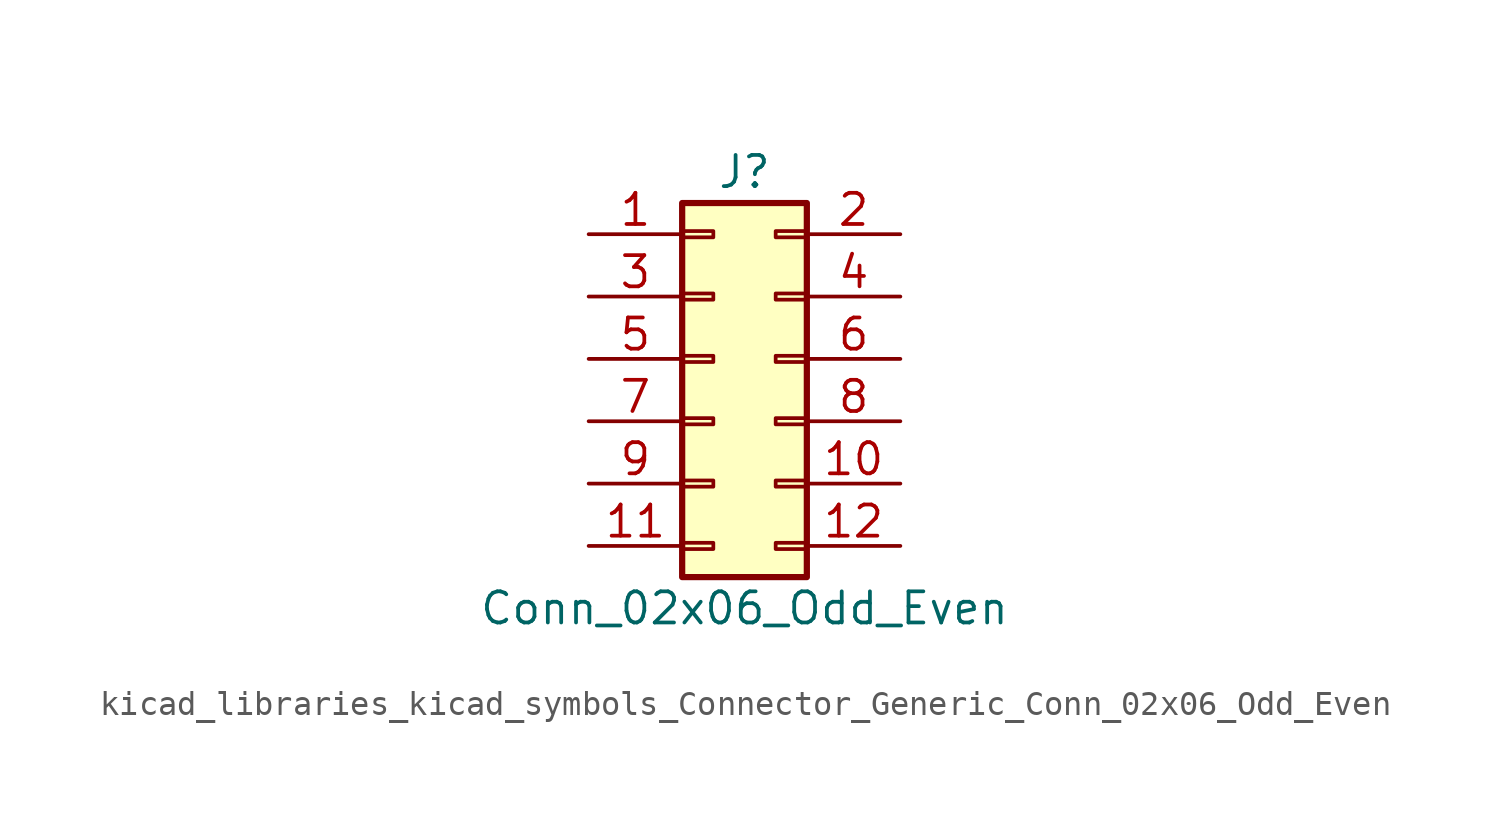
<source format=kicad_sym>
(kicad_symbol_lib
  (version 20220914)
  (generator kicad_symbol_editor)
  (symbol "kicad_libraries_kicad_symbols_Connector_Generic_Conn_02x06_Odd_Even"
    (pin_names
      (offset 1.016) hide)
    (property "Reference" "J"
      (at 1.27 7.62 0)
      (effects (font (size 1.27 1.27))))
    (property "Value" "Conn_02x06_Odd_Even"
      (at 1.27 -10.16 0)
      (effects (font (size 1.27 1.27))))
    (symbol "kicad_libraries_kicad_symbols_Connector_Generic_Conn_02x06_Odd_Even_1_1"
      (rectangle (start -1.27 -7.493) (end 0 -7.747) (stroke (width 0.152) (type default)) (fill (type none)))
      (rectangle (start -1.27 -4.953) (end 0 -5.207) (stroke (width 0.152) (type default)) (fill (type none)))
      (rectangle (start -1.27 -2.413) (end 0 -2.667) (stroke (width 0.152) (type default)) (fill (type none)))
      (rectangle (start -1.27 0.127) (end 0 -0.127) (stroke (width 0.152) (type default)) (fill (type none)))
      (rectangle (start -1.27 2.667) (end 0 2.413) (stroke (width 0.152) (type default)) (fill (type none)))
      (rectangle (start -1.27 5.207) (end 0 4.953) (stroke (width 0.152) (type default)) (fill (type none)))
      (rectangle (start -1.27 6.35) (end 3.81 -8.89) (stroke (width 0.254) (type default)) (fill (type background)))
      (rectangle (start 3.81 -7.493) (end 2.54 -7.747) (stroke (width 0.152) (type default)) (fill (type none)))
      (rectangle (start 3.81 -4.953) (end 2.54 -5.207) (stroke (width 0.152) (type default)) (fill (type none)))
      (rectangle (start 3.81 -2.413) (end 2.54 -2.667) (stroke (width 0.152) (type default)) (fill (type none)))
      (rectangle (start 3.81 0.127) (end 2.54 -0.127) (stroke (width 0.152) (type default)) (fill (type none)))
      (rectangle (start 3.81 2.667) (end 2.54 2.413) (stroke (width 0.152) (type default)) (fill (type none)))
      (rectangle (start 3.81 5.207) (end 2.54 4.953) (stroke (width 0.152) (type default)) (fill (type none)))
      (pin passive line (at -5.08 5.08 0) (length 3.81) (name "Pin_1" (effects (font (size 1.27 1.27)))) (number "1" (effects (font (size 1.27 1.27)))))
      (pin passive line (at 7.62 -5.08 180) (length 3.81) (name "Pin_10" (effects (font (size 1.27 1.27)))) (number "10" (effects (font (size 1.27 1.27)))))
      (pin passive line (at -5.08 -7.62 0) (length 3.81) (name "Pin_11" (effects (font (size 1.27 1.27)))) (number "11" (effects (font (size 1.27 1.27)))))
      (pin passive line (at 7.62 -7.62 180) (length 3.81) (name "Pin_12" (effects (font (size 1.27 1.27)))) (number "12" (effects (font (size 1.27 1.27)))))
      (pin passive line (at 7.62 5.08 180) (length 3.81) (name "Pin_2" (effects (font (size 1.27 1.27)))) (number "2" (effects (font (size 1.27 1.27)))))
      (pin passive line (at -5.08 2.54 0) (length 3.81) (name "Pin_3" (effects (font (size 1.27 1.27)))) (number "3" (effects (font (size 1.27 1.27)))))
      (pin passive line (at 7.62 2.54 180) (length 3.81) (name "Pin_4" (effects (font (size 1.27 1.27)))) (number "4" (effects (font (size 1.27 1.27)))))
      (pin passive line (at -5.08 0 0) (length 3.81) (name "Pin_5" (effects (font (size 1.27 1.27)))) (number "5" (effects (font (size 1.27 1.27)))))
      (pin passive line (at 7.62 0 180) (length 3.81) (name "Pin_6" (effects (font (size 1.27 1.27)))) (number "6" (effects (font (size 1.27 1.27)))))
      (pin passive line (at -5.08 -2.54 0) (length 3.81) (name "Pin_7" (effects (font (size 1.27 1.27)))) (number "7" (effects (font (size 1.27 1.27)))))
      (pin passive line (at 7.62 -2.54 180) (length 3.81) (name "Pin_8" (effects (font (size 1.27 1.27)))) (number "8" (effects (font (size 1.27 1.27)))))
      (pin passive line (at -5.08 -5.08 0) (length 3.81) (name "Pin_9" (effects (font (size 1.27 1.27)))) (number "9" (effects (font (size 1.27 1.27))))))))
</source>
